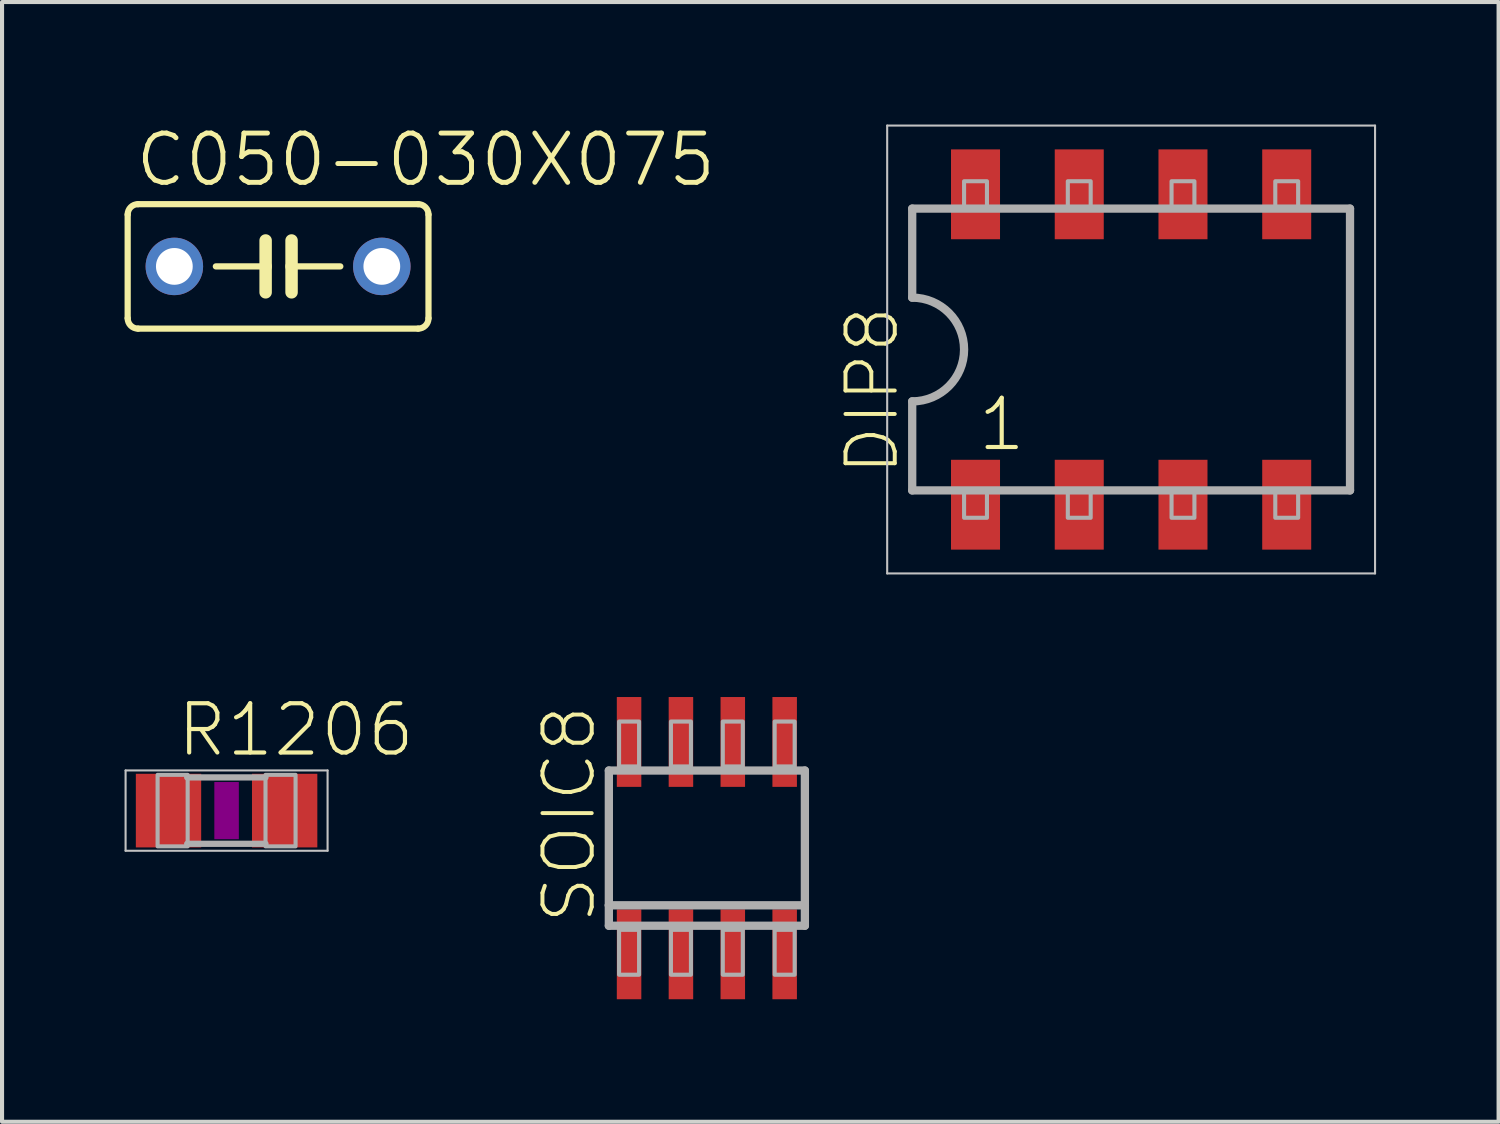
<source format=kicad_pcb>
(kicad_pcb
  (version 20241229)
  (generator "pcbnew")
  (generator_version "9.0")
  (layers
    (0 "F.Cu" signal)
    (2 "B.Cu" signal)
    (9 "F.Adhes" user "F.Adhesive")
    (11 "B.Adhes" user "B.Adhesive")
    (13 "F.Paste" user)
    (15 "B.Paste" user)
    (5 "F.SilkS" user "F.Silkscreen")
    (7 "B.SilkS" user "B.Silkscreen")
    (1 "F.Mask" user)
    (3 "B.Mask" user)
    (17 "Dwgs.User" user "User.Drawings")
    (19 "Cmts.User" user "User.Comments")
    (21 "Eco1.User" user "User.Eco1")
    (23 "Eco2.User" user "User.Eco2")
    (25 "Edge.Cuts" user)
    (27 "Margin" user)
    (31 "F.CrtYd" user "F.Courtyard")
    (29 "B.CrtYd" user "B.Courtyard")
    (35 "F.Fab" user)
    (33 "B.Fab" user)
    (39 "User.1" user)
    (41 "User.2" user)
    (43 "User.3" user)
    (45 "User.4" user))
  (footprint "DIP8"
    (layer "F.Cu")
    (at 24.646 5.508)
    (property "Reference" "DIP8" (at -5.635 3.135 90) (layer "F.SilkS") (effects (font (size 1.206 1.206) (thickness 0.097)) (justify left bottom)))
    (attr through_hole)
    (fp_line (start -5.973 -5.483) (end 5.973 -5.483) (stroke (width 0.051) (type solid)) (layer "Dwgs.User"))
    (fp_line (start -5.973 5.483) (end -5.973 -5.483) (stroke (width 0.051) (type solid)) (layer "Dwgs.User"))
    (fp_line (start 5.973 -5.483) (end 5.973 5.483) (stroke (width 0.051) (type solid)) (layer "Dwgs.User"))
    (fp_line (start 5.973 5.483) (end -5.973 5.483) (stroke (width 0.051) (type solid)) (layer "Dwgs.User"))
    (fp_line (start -5.36 -3.45) (end -5.36 -1.27) (stroke (width 0.203) (type solid)) (layer "F.Fab"))
    (fp_line (start -5.36 1.27) (end -5.36 3.45) (stroke (width 0.203) (type solid)) (layer "F.Fab"))
    (fp_line (start -5.36 3.45) (end 5.36 3.45) (stroke (width 0.203) (type solid)) (layer "F.Fab"))
    (fp_line (start 5.36 -3.45) (end -5.36 -3.45) (stroke (width 0.203) (type solid)) (layer "F.Fab"))
    (fp_line (start 5.36 3.45) (end 5.36 -3.45) (stroke (width 0.203) (type solid)) (layer "F.Fab"))
    (fp_arc (start -5.36 -1.27) (mid -4.09 0) (end -5.36 1.27) (stroke (width 0.2032) (type solid)) (layer "F.Fab"))
    (fp_poly (pts (xy -4.09 -3.45) (xy -3.53 -3.45) (xy -3.53 -4.12) (xy -4.09 -4.12)) (stroke (width 0.1) (type solid)) (fill no) (layer "F.Fab"))
    (fp_poly (pts (xy -4.09 4.12) (xy -3.53 4.12) (xy -3.53 3.45) (xy -4.09 3.45)) (stroke (width 0.1) (type solid)) (fill no) (layer "F.Fab"))
    (fp_poly (pts (xy -1.55 -3.45) (xy -0.99 -3.45) (xy -0.99 -4.12) (xy -1.55 -4.12)) (stroke (width 0.1) (type solid)) (fill no) (layer "F.Fab"))
    (fp_poly (pts (xy -1.55 4.12) (xy -0.99 4.12) (xy -0.99 3.45) (xy -1.55 3.45)) (stroke (width 0.1) (type solid)) (fill no) (layer "F.Fab"))
    (fp_poly (pts (xy 0.99 -3.45) (xy 1.55 -3.45) (xy 1.55 -4.12) (xy 0.99 -4.12)) (stroke (width 0.1) (type solid)) (fill no) (layer "F.Fab"))
    (fp_poly (pts (xy 0.99 4.12) (xy 1.55 4.12) (xy 1.55 3.45) (xy 0.99 3.45)) (stroke (width 0.1) (type solid)) (fill no) (layer "F.Fab"))
    (fp_poly (pts (xy 3.53 -3.45) (xy 4.09 -3.45) (xy 4.09 -4.12) (xy 3.53 -4.12)) (stroke (width 0.1) (type solid)) (fill no) (layer "F.Fab"))
    (fp_poly (pts (xy 3.53 4.12) (xy 4.09 4.12) (xy 4.09 3.45) (xy 3.53 3.45)) (stroke (width 0.1) (type solid)) (fill no) (layer "F.Fab"))
    (fp_text user "1" (at -3.81 2.54 0) (layer "F.SilkS") (effects (font (size 1.206 1.206) (thickness 0.102)) (justify left bottom)))
    (pad "1" smd rect (at -3.81 3.8) (size 1.2 2.2) (layers "F.Cu" "F.Mask" "F.Paste"))
    (pad "2" smd rect (at -1.27 3.8) (size 1.2 2.2) (layers "F.Cu" "F.Mask" "F.Paste"))
    (pad "3" smd rect (at 1.27 3.8) (size 1.2 2.2) (layers "F.Cu" "F.Mask" "F.Paste"))
    (pad "4" smd rect (at 3.81 3.8) (size 1.2 2.2) (layers "F.Cu" "F.Mask" "F.Paste"))
    (pad "5" smd rect (at 3.81 -3.8) (size 1.2 2.2) (layers "F.Cu" "F.Mask" "F.Paste"))
    (pad "6" smd rect (at 1.27 -3.8) (size 1.2 2.2) (layers "F.Cu" "F.Mask" "F.Paste"))
    (pad "7" smd rect (at -1.27 -3.8) (size 1.2 2.2) (layers "F.Cu" "F.Mask" "F.Paste"))
    (pad "8" smd rect (at -3.81 -3.8) (size 1.2 2.2) (layers "F.Cu" "F.Mask" "F.Paste")))
  (footprint "R1206"
    (layer "F.Cu")
    (at 2.498 16.798)
    (property "Reference" "R1206" (at -1.27 -1.27 0) (layer "F.SilkS") (effects (font (size 1.206 1.206) (thickness 0.102)) (justify left bottom)))
    (attr through_hole)
    (fp_poly (pts (xy -0.3 0.7) (xy 0.3 0.7) (xy 0.3 -0.7) (xy -0.3 -0.7)) (stroke (width 0) (type solid)) (fill yes) (layer "F.Adhes"))
    (fp_line (start -2.473 -0.983) (end 2.473 -0.983) (stroke (width 0.051) (type solid)) (layer "Dwgs.User"))
    (fp_line (start -2.473 0.983) (end -2.473 -0.983) (stroke (width 0.051) (type solid)) (layer "Dwgs.User"))
    (fp_line (start 2.473 -0.983) (end 2.473 0.983) (stroke (width 0.051) (type solid)) (layer "Dwgs.User"))
    (fp_line (start 2.473 0.983) (end -2.473 0.983) (stroke (width 0.051) (type solid)) (layer "Dwgs.User"))
    (fp_line (start 0.953 -0.813) (end -0.965 -0.813) (stroke (width 0.152) (type solid)) (layer "F.Fab"))
    (fp_line (start 0.953 0.813) (end -0.965 0.813) (stroke (width 0.152) (type solid)) (layer "F.Fab"))
    (fp_poly (pts (xy -1.689 0.876) (xy -0.953 0.876) (xy -0.953 -0.876) (xy -1.689 -0.876)) (stroke (width 0.1) (type solid)) (fill no) (layer "F.Fab"))
    (fp_poly (pts (xy 0.953 0.876) (xy 1.689 0.876) (xy 1.689 -0.876) (xy 0.953 -0.876)) (stroke (width 0.1) (type solid)) (fill no) (layer "F.Fab"))
    (pad "1" smd rect (at -1.422 0) (size 1.6 1.803) (layers "F.Cu" "F.Mask" "F.Paste"))
    (pad "2" smd rect (at 1.422 0) (size 1.6 1.803) (layers "F.Cu" "F.Mask" "F.Paste")))
  (footprint "SOIC8"
    (layer "F.Cu")
    (at 14.258 17.717)
    (property "Reference" "SOIC8" (at -2.667 1.905 90) (layer "F.SilkS") (effects (font (size 1.206 1.206) (thickness 0.097)) (justify left bottom)))
    (attr through_hole)
    (fp_line (start -2.4 -1.9) (end 2.4 -1.9) (stroke (width 0.203) (type solid)) (layer "F.Fab"))
    (fp_line (start -2.4 1.4) (end -2.4 -1.9) (stroke (width 0.203) (type solid)) (layer "F.Fab"))
    (fp_line (start -2.4 1.9) (end -2.4 1.4) (stroke (width 0.203) (type solid)) (layer "F.Fab"))
    (fp_line (start 2.4 -1.9) (end 2.4 1.4) (stroke (width 0.203) (type solid)) (layer "F.Fab"))
    (fp_line (start 2.4 1.4) (end -2.4 1.4) (stroke (width 0.203) (type solid)) (layer "F.Fab"))
    (fp_line (start 2.4 1.4) (end 2.4 1.9) (stroke (width 0.203) (type solid)) (layer "F.Fab"))
    (fp_line (start 2.4 1.9) (end -2.4 1.9) (stroke (width 0.203) (type solid)) (layer "F.Fab"))
    (fp_poly (pts (xy -2.15 -2) (xy -1.66 -2) (xy -1.66 -3.1) (xy -2.15 -3.1)) (stroke (width 0.1) (type solid)) (fill no) (layer "F.Fab"))
    (fp_poly (pts (xy -2.15 3.1) (xy -1.66 3.1) (xy -1.66 2) (xy -2.15 2)) (stroke (width 0.1) (type solid)) (fill no) (layer "F.Fab"))
    (fp_poly (pts (xy -0.88 -2) (xy -0.39 -2) (xy -0.39 -3.1) (xy -0.88 -3.1)) (stroke (width 0.1) (type solid)) (fill no) (layer "F.Fab"))
    (fp_poly (pts (xy -0.88 3.1) (xy -0.39 3.1) (xy -0.39 2) (xy -0.88 2)) (stroke (width 0.1) (type solid)) (fill no) (layer "F.Fab"))
    (fp_poly (pts (xy 0.39 -2) (xy 0.88 -2) (xy 0.88 -3.1) (xy 0.39 -3.1)) (stroke (width 0.1) (type solid)) (fill no) (layer "F.Fab"))
    (fp_poly (pts (xy 0.39 3.1) (xy 0.88 3.1) (xy 0.88 2) (xy 0.39 2)) (stroke (width 0.1) (type solid)) (fill no) (layer "F.Fab"))
    (fp_poly (pts (xy 1.66 -2) (xy 2.15 -2) (xy 2.15 -3.1) (xy 1.66 -3.1)) (stroke (width 0.1) (type solid)) (fill no) (layer "F.Fab"))
    (fp_poly (pts (xy 1.66 3.1) (xy 2.15 3.1) (xy 2.15 2) (xy 1.66 2)) (stroke (width 0.1) (type solid)) (fill no) (layer "F.Fab"))
    (pad "1" smd rect (at -1.905 2.6) (size 0.6 2.2) (layers "F.Cu" "F.Mask" "F.Paste"))
    (pad "2" smd rect (at -0.635 2.6) (size 0.6 2.2) (layers "F.Cu" "F.Mask" "F.Paste"))
    (pad "3" smd rect (at 0.635 2.6) (size 0.6 2.2) (layers "F.Cu" "F.Mask" "F.Paste"))
    (pad "4" smd rect (at 1.905 2.6) (size 0.6 2.2) (layers "F.Cu" "F.Mask" "F.Paste"))
    (pad "5" smd rect (at 1.905 -2.6) (size 0.6 2.2) (layers "F.Cu" "F.Mask" "F.Paste"))
    (pad "6" smd rect (at 0.635 -2.6) (size 0.6 2.2) (layers "F.Cu" "F.Mask" "F.Paste"))
    (pad "7" smd rect (at -0.635 -2.6) (size 0.6 2.2) (layers "F.Cu" "F.Mask" "F.Paste"))
    (pad "8" smd rect (at -1.905 -2.6) (size 0.6 2.2) (layers "F.Cu" "F.Mask" "F.Paste")))
  (footprint "C050-030X075"
    (layer "F.Cu")
    (at 3.759 3.473)
    (property "Reference" "C050-030X075" (at -3.556 -1.905 180) (layer "F.SilkS") (effects (font (size 1.206 1.206) (thickness 0.121)) (justify left bottom)))
    (attr through_hole)
    (fp_line (start -3.683 -1.27) (end -3.683 1.27) (stroke (width 0.152) (type solid)) (layer "F.SilkS"))
    (fp_line (start -3.429 1.524) (end 3.429 1.524) (stroke (width 0.152) (type solid)) (layer "F.SilkS"))
    (fp_line (start -0.305 -0.635) (end -0.305 0) (stroke (width 0.305) (type solid)) (layer "F.SilkS"))
    (fp_line (start -0.305 0) (end -1.524 0) (stroke (width 0.152) (type solid)) (layer "F.SilkS"))
    (fp_line (start -0.305 0) (end -0.305 0.635) (stroke (width 0.305) (type solid)) (layer "F.SilkS"))
    (fp_line (start 0.33 -0.635) (end 0.33 0) (stroke (width 0.305) (type solid)) (layer "F.SilkS"))
    (fp_line (start 0.33 0) (end 0.33 0.635) (stroke (width 0.305) (type solid)) (layer "F.SilkS"))
    (fp_line (start 0.33 0) (end 1.524 0) (stroke (width 0.152) (type solid)) (layer "F.SilkS"))
    (fp_line (start 3.429 -1.524) (end -3.429 -1.524) (stroke (width 0.152) (type solid)) (layer "F.SilkS"))
    (fp_line (start 3.683 1.27) (end 3.683 -1.27) (stroke (width 0.152) (type solid)) (layer "F.SilkS"))
    (fp_arc (start -3.683 -1.27) (mid -3.608605 -1.449605) (end -3.429 -1.524) (stroke (width 0.1524) (type solid)) (layer "F.SilkS"))
    (fp_arc (start -3.429 1.524) (mid -3.608605 1.449605) (end -3.683 1.27) (stroke (width 0.1524) (type solid)) (layer "F.SilkS"))
    (fp_arc (start 3.429 -1.524) (mid 3.608605 -1.449605) (end 3.683 -1.27) (stroke (width 0.1524) (type solid)) (layer "F.SilkS"))
    (fp_arc (start 3.683 1.27) (mid 3.608605 1.449605) (end 3.429 1.524) (stroke (width 0.1524) (type solid)) (layer "F.SilkS"))
    (pad "1" thru_hole circle (at -2.54 0) (size 1.408 1.408) (drill 0.9) (layers "*.Cu" "*.Mask"))
    (pad "2" thru_hole circle (at 2.54 0) (size 1.408 1.408) (drill 0.9) (layers "*.Cu" "*.Mask")))
  (gr_rect
    (start -3 -3)
    (end 33.644 24.417)
    (stroke (width 0.1) (type default))
    (fill no)
    (layer "Edge.Cuts")))
</source>
